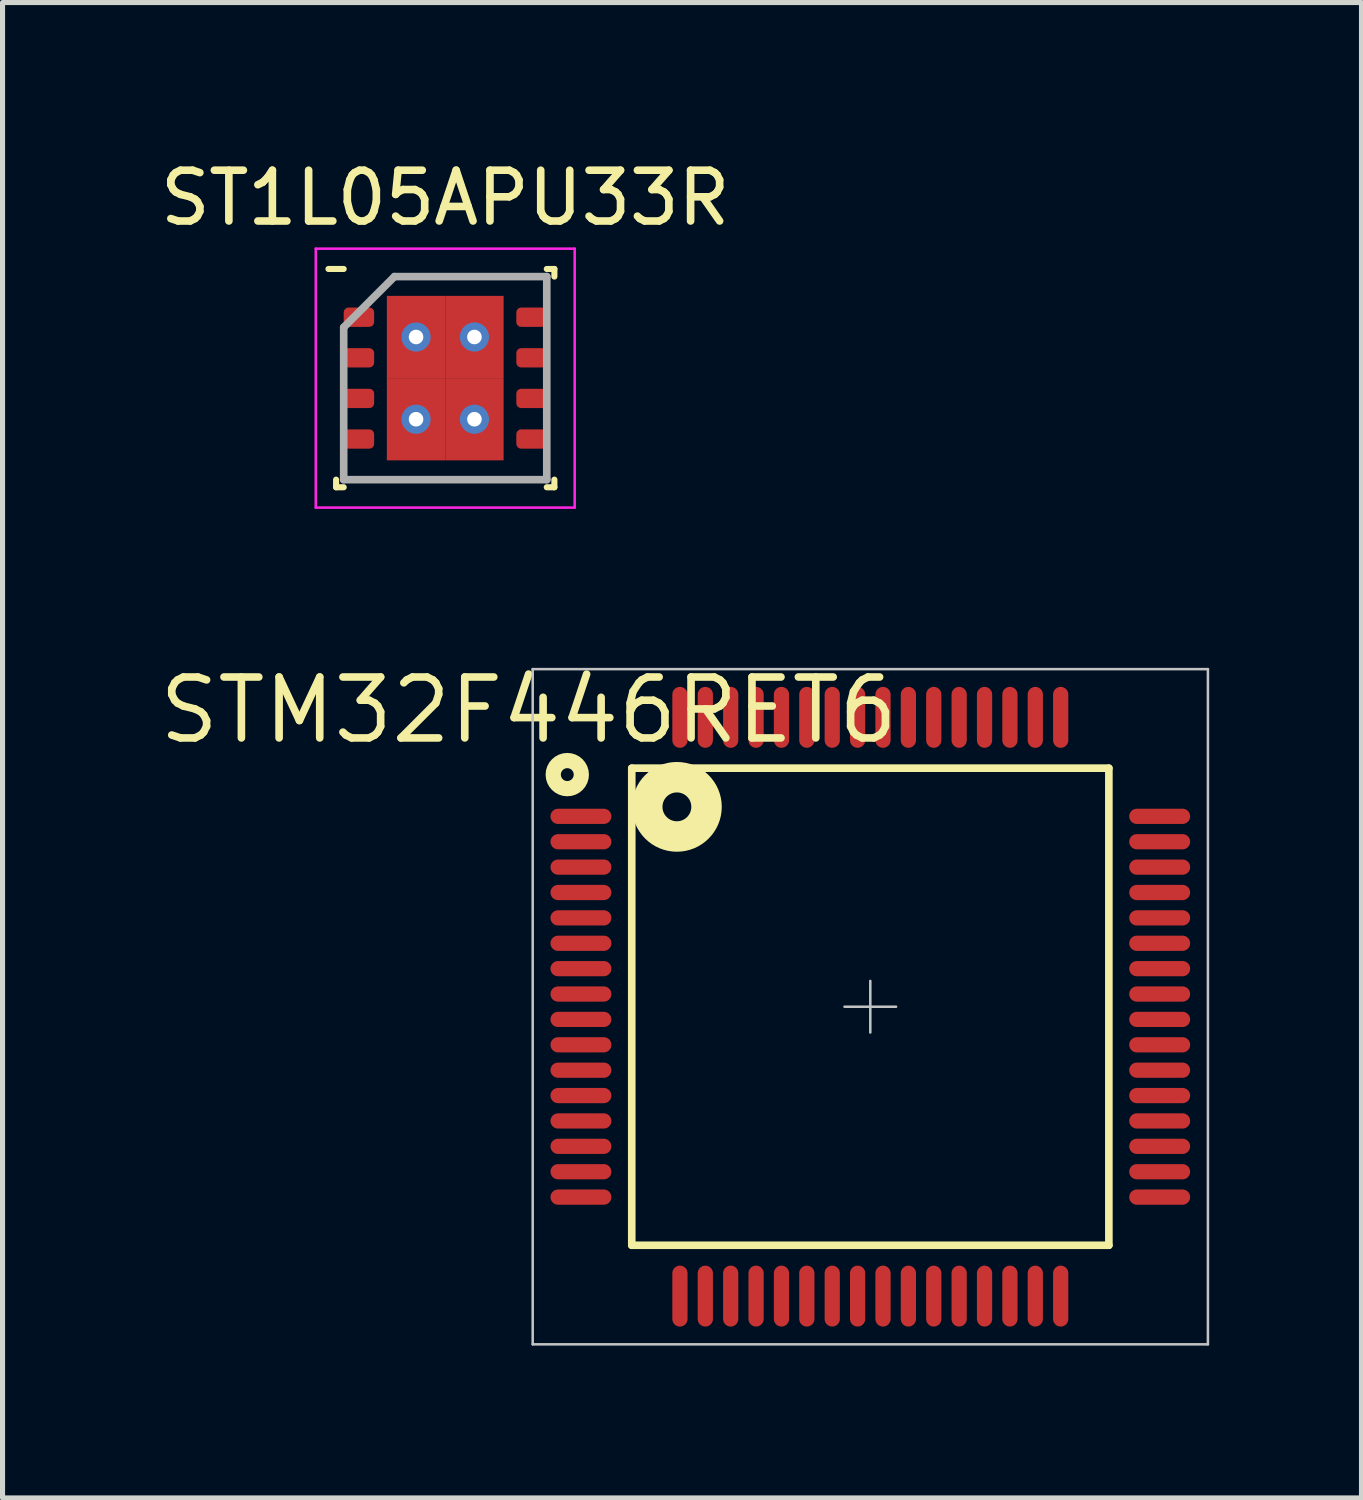
<source format=kicad_pcb>
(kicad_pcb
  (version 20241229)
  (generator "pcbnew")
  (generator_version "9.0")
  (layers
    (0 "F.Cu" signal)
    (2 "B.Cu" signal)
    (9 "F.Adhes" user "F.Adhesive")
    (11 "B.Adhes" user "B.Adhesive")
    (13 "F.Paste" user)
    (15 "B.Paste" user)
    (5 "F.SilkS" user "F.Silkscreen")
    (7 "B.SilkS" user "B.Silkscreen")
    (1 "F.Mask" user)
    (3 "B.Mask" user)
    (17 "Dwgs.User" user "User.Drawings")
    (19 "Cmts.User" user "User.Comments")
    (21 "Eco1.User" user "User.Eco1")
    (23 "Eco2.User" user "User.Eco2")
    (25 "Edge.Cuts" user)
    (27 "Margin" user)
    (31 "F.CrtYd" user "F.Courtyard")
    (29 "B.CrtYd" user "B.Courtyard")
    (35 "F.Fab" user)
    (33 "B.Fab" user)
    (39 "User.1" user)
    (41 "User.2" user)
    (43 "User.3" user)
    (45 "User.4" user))
  (footprint "STM32F446RET6"
    (layer "F.Cu")
    (at 14.093 16.78)
    (property "Reference" "STM32F446RET6" (at -6.731 -5.842 0) (layer "F.SilkS") (effects (font (size 1.2 1.2) (thickness 0.15))))
    (attr through_hole)
    (fp_line (start -4.699 -4.699) (end 4.699 -4.699) (stroke (width 0.15) (type solid)) (layer "F.SilkS"))
    (fp_line (start -4.699 4.699) (end -4.699 -4.699) (stroke (width 0.15) (type solid)) (layer "F.SilkS"))
    (fp_line (start 4.699 -4.699) (end 4.699 4.699) (stroke (width 0.15) (type solid)) (layer "F.SilkS"))
    (fp_line (start 4.699 4.699) (end -4.699 4.699) (stroke (width 0.15) (type solid)) (layer "F.SilkS"))
    (fp_circle (center -5.969 -4.572) (end -5.842 -4.572) (stroke (width 0.3) (type solid)) (fill no) (layer "F.SilkS"))
    (fp_circle (center -3.81 -3.937) (end -3.683 -3.683) (stroke (width 0.6) (type solid)) (fill no) (layer "F.SilkS"))
    (fp_line (start -6.65 -6.65) (end 6.65 -6.65) (stroke (width 0.05) (type solid)) (layer "Dwgs.User"))
    (fp_line (start -6.65 6.65) (end -6.65 -6.65) (stroke (width 0.05) (type solid)) (layer "Dwgs.User"))
    (fp_line (start 0 -0.508) (end 0 0.508) (stroke (width 0.05) (type solid)) (layer "Dwgs.User"))
    (fp_line (start 0.508 0) (end -0.508 0) (stroke (width 0.05) (type solid)) (layer "Dwgs.User"))
    (fp_line (start 6.65 -6.65) (end 6.65 6.65) (stroke (width 0.05) (type solid)) (layer "Dwgs.User"))
    (fp_line (start 6.65 6.65) (end -6.65 6.65) (stroke (width 0.05) (type solid)) (layer "Dwgs.User"))
    (pad "1" smd oval (at -5.7 -3.75 90) (size 0.3 1.2) (layers "F.Cu" "F.Mask" "F.Paste"))
    (pad "2" smd oval (at -5.7 -3.25 90) (size 0.3 1.2) (layers "F.Cu" "F.Mask" "F.Paste"))
    (pad "3" smd oval (at -5.7 -2.75 90) (size 0.3 1.2) (layers "F.Cu" "F.Mask" "F.Paste"))
    (pad "4" smd oval (at -5.7 -2.25 90) (size 0.3 1.2) (layers "F.Cu" "F.Mask" "F.Paste"))
    (pad "5" smd oval (at -5.7 -1.75 90) (size 0.3 1.2) (layers "F.Cu" "F.Mask" "F.Paste"))
    (pad "6" smd oval (at -5.7 -1.25 90) (size 0.3 1.2) (layers "F.Cu" "F.Mask" "F.Paste"))
    (pad "7" smd oval (at -5.7 -0.75 90) (size 0.3 1.2) (layers "F.Cu" "F.Mask" "F.Paste"))
    (pad "8" smd oval (at -5.7 -0.25 90) (size 0.3 1.2) (layers "F.Cu" "F.Mask" "F.Paste"))
    (pad "9" smd oval (at -5.7 0.25 90) (size 0.3 1.2) (layers "F.Cu" "F.Mask" "F.Paste"))
    (pad "10" smd oval (at -5.7 0.75 90) (size 0.3 1.2) (layers "F.Cu" "F.Mask" "F.Paste"))
    (pad "11" smd oval (at -5.7 1.25 90) (size 0.3 1.2) (layers "F.Cu" "F.Mask" "F.Paste"))
    (pad "12" smd oval (at -5.7 1.75 90) (size 0.3 1.2) (layers "F.Cu" "F.Mask" "F.Paste"))
    (pad "13" smd oval (at -5.7 2.25 90) (size 0.3 1.2) (layers "F.Cu" "F.Mask" "F.Paste"))
    (pad "14" smd oval (at -5.7 2.75 90) (size 0.3 1.2) (layers "F.Cu" "F.Mask" "F.Paste"))
    (pad "15" smd oval (at -5.7 3.25 90) (size 0.3 1.2) (layers "F.Cu" "F.Mask" "F.Paste"))
    (pad "16" smd oval (at -5.7 3.75 90) (size 0.3 1.2) (layers "F.Cu" "F.Mask" "F.Paste"))
    (pad "17" smd oval (at -3.75 5.7) (size 0.3 1.2) (layers "F.Cu" "F.Mask" "F.Paste"))
    (pad "18" smd oval (at -3.25 5.7) (size 0.3 1.2) (layers "F.Cu" "F.Mask" "F.Paste"))
    (pad "19" smd oval (at -2.75 5.7) (size 0.3 1.2) (layers "F.Cu" "F.Mask" "F.Paste"))
    (pad "20" smd oval (at -2.25 5.7) (size 0.3 1.2) (layers "F.Cu" "F.Mask" "F.Paste"))
    (pad "21" smd oval (at -1.75 5.7) (size 0.3 1.2) (layers "F.Cu" "F.Mask" "F.Paste"))
    (pad "22" smd oval (at -1.25 5.7) (size 0.3 1.2) (layers "F.Cu" "F.Mask" "F.Paste"))
    (pad "23" smd oval (at -0.75 5.7) (size 0.3 1.2) (layers "F.Cu" "F.Mask" "F.Paste"))
    (pad "24" smd oval (at -0.25 5.7) (size 0.3 1.2) (layers "F.Cu" "F.Mask" "F.Paste"))
    (pad "25" smd oval (at 0.25 5.7) (size 0.3 1.2) (layers "F.Cu" "F.Mask" "F.Paste"))
    (pad "26" smd oval (at 0.75 5.7) (size 0.3 1.2) (layers "F.Cu" "F.Mask" "F.Paste"))
    (pad "27" smd oval (at 1.25 5.7) (size 0.3 1.2) (layers "F.Cu" "F.Mask" "F.Paste"))
    (pad "28" smd oval (at 1.75 5.7) (size 0.3 1.2) (layers "F.Cu" "F.Mask" "F.Paste"))
    (pad "29" smd oval (at 2.25 5.7) (size 0.3 1.2) (layers "F.Cu" "F.Mask" "F.Paste"))
    (pad "30" smd oval (at 2.75 5.7) (size 0.3 1.2) (layers "F.Cu" "F.Mask" "F.Paste"))
    (pad "31" smd oval (at 3.25 5.7) (size 0.3 1.2) (layers "F.Cu" "F.Mask" "F.Paste"))
    (pad "32" smd oval (at 3.75 5.7) (size 0.3 1.2) (layers "F.Cu" "F.Mask" "F.Paste"))
    (pad "33" smd oval (at 5.7 3.75 90) (size 0.3 1.2) (layers "F.Cu" "F.Mask" "F.Paste"))
    (pad "34" smd oval (at 5.7 3.25 90) (size 0.3 1.2) (layers "F.Cu" "F.Mask" "F.Paste"))
    (pad "35" smd oval (at 5.7 2.75 90) (size 0.3 1.2) (layers "F.Cu" "F.Mask" "F.Paste"))
    (pad "36" smd oval (at 5.7 2.25 90) (size 0.3 1.2) (layers "F.Cu" "F.Mask" "F.Paste"))
    (pad "37" smd oval (at 5.7 1.75 90) (size 0.3 1.2) (layers "F.Cu" "F.Mask" "F.Paste"))
    (pad "38" smd oval (at 5.7 1.25 90) (size 0.3 1.2) (layers "F.Cu" "F.Mask" "F.Paste"))
    (pad "39" smd oval (at 5.7 0.75 90) (size 0.3 1.2) (layers "F.Cu" "F.Mask" "F.Paste"))
    (pad "40" smd oval (at 5.7 0.25 90) (size 0.3 1.2) (layers "F.Cu" "F.Mask" "F.Paste"))
    (pad "41" smd oval (at 5.7 -0.25 90) (size 0.3 1.2) (layers "F.Cu" "F.Mask" "F.Paste"))
    (pad "42" smd oval (at 5.7 -0.75 90) (size 0.3 1.2) (layers "F.Cu" "F.Mask" "F.Paste"))
    (pad "43" smd oval (at 5.7 -1.25 90) (size 0.3 1.2) (layers "F.Cu" "F.Mask" "F.Paste"))
    (pad "44" smd oval (at 5.7 -1.75 90) (size 0.3 1.2) (layers "F.Cu" "F.Mask" "F.Paste"))
    (pad "45" smd oval (at 5.7 -2.25 90) (size 0.3 1.2) (layers "F.Cu" "F.Mask" "F.Paste"))
    (pad "46" smd oval (at 5.7 -2.75 90) (size 0.3 1.2) (layers "F.Cu" "F.Mask" "F.Paste"))
    (pad "47" smd oval (at 5.7 -3.25 90) (size 0.3 1.2) (layers "F.Cu" "F.Mask" "F.Paste"))
    (pad "48" smd oval (at 5.7 -3.75 90) (size 0.3 1.2) (layers "F.Cu" "F.Mask" "F.Paste"))
    (pad "49" smd oval (at 3.75 -5.7) (size 0.3 1.2) (layers "F.Cu" "F.Mask" "F.Paste"))
    (pad "50" smd oval (at 3.25 -5.7) (size 0.3 1.2) (layers "F.Cu" "F.Mask" "F.Paste"))
    (pad "51" smd oval (at 2.75 -5.7) (size 0.3 1.2) (layers "F.Cu" "F.Mask" "F.Paste"))
    (pad "52" smd oval (at 2.25 -5.7) (size 0.3 1.2) (layers "F.Cu" "F.Mask" "F.Paste"))
    (pad "53" smd oval (at 1.75 -5.7) (size 0.3 1.2) (layers "F.Cu" "F.Mask" "F.Paste"))
    (pad "54" smd oval (at 1.25 -5.7) (size 0.3 1.2) (layers "F.Cu" "F.Mask" "F.Paste"))
    (pad "55" smd oval (at 0.75 -5.7) (size 0.3 1.2) (layers "F.Cu" "F.Mask" "F.Paste"))
    (pad "56" smd oval (at 0.25 -5.7) (size 0.3 1.2) (layers "F.Cu" "F.Mask" "F.Paste"))
    (pad "57" smd oval (at -0.25 -5.7) (size 0.3 1.2) (layers "F.Cu" "F.Mask" "F.Paste"))
    (pad "58" smd oval (at -0.75 -5.7) (size 0.3 1.2) (layers "F.Cu" "F.Mask" "F.Paste"))
    (pad "59" smd oval (at -1.25 -5.7) (size 0.3 1.2) (layers "F.Cu" "F.Mask" "F.Paste"))
    (pad "60" smd oval (at -1.75 -5.7) (size 0.3 1.2) (layers "F.Cu" "F.Mask" "F.Paste"))
    (pad "61" smd oval (at -2.25 -5.7) (size 0.3 1.2) (layers "F.Cu" "F.Mask" "F.Paste"))
    (pad "62" smd oval (at -2.75 -5.7) (size 0.3 1.2) (layers "F.Cu" "F.Mask" "F.Paste"))
    (pad "63" smd oval (at -3.25 -5.7) (size 0.3 1.2) (layers "F.Cu" "F.Mask" "F.Paste"))
    (pad "64" smd oval (at -3.75 -5.7) (size 0.3 1.2) (layers "F.Cu" "F.Mask" "F.Paste")))
  (footprint "ST1L05APU33R"
    (layer "F.Cu")
    (at 5.72 4.398)
    (property "Reference" "ST1L05APU33R" (at 0 -3.55 0) (layer "F.SilkS") (effects (font (size 1 1) (thickness 0.15))))
    (attr smd)
    (fp_line (start -2.15 2.15) (end -2.15 2) (stroke (width 0.12) (type solid)) (layer "F.SilkS"))
    (fp_line (start -2 -2.15) (end -2.3 -2.15) (stroke (width 0.12) (type solid)) (layer "F.SilkS"))
    (fp_line (start -2 2.15) (end -2.15 2.15) (stroke (width 0.12) (type solid)) (layer "F.SilkS"))
    (fp_line (start 2 -2.15) (end 2.15 -2.15) (stroke (width 0.12) (type solid)) (layer "F.SilkS"))
    (fp_line (start 2 2.15) (end 2.15 2.15) (stroke (width 0.12) (type solid)) (layer "F.SilkS"))
    (fp_line (start 2.15 -2.15) (end 2.15 -2) (stroke (width 0.12) (type solid)) (layer "F.SilkS"))
    (fp_line (start 2.15 2.15) (end 2.15 2) (stroke (width 0.12) (type solid)) (layer "F.SilkS"))
    (fp_line (start -2.55 -2.55) (end 2.55 -2.55) (stroke (width 0.05) (type solid)) (layer "F.CrtYd"))
    (fp_line (start -2.55 2.55) (end -2.55 -2.55) (stroke (width 0.05) (type solid)) (layer "F.CrtYd"))
    (fp_line (start 2.55 -2.55) (end 2.55 2.55) (stroke (width 0.05) (type solid)) (layer "F.CrtYd"))
    (fp_line (start 2.55 2.55) (end -2.55 2.55) (stroke (width 0.05) (type solid)) (layer "F.CrtYd"))
    (fp_line (start -2 -1) (end -2 2) (stroke (width 0.15) (type solid)) (layer "F.Fab"))
    (fp_line (start -2 2) (end 2 2) (stroke (width 0.15) (type solid)) (layer "F.Fab"))
    (fp_line (start -1 -2) (end -2 -1) (stroke (width 0.15) (type solid)) (layer "F.Fab"))
    (fp_line (start 2 -2) (end -1 -2) (stroke (width 0.15) (type solid)) (layer "F.Fab"))
    (fp_line (start 2 2) (end 2 -2) (stroke (width 0.15) (type solid)) (layer "F.Fab"))
    (pad "1" smd roundrect (at -1.7 -1.2 90) (size 0.38 0.6) (layers "F.Cu" "F.Mask" "F.Paste") (roundrect_rratio 0.25))
    (pad "2" smd roundrect (at -1.7 -0.4 90) (size 0.38 0.6) (layers "F.Cu" "F.Mask" "F.Paste") (roundrect_rratio 0.25))
    (pad "3" smd roundrect (at -1.7 0.4 90) (size 0.38 0.6) (layers "F.Cu" "F.Mask" "F.Paste") (roundrect_rratio 0.25))
    (pad "4" smd roundrect (at -1.7 1.2 90) (size 0.38 0.6) (layers "F.Cu" "F.Mask" "F.Paste") (roundrect_rratio 0.25))
    (pad "5" smd roundrect (at 1.7 1.2 90) (size 0.38 0.6) (layers "F.Cu" "F.Mask" "F.Paste") (roundrect_rratio 0.25))
    (pad "6" smd roundrect (at 1.7 0.4 90) (size 0.38 0.6) (layers "F.Cu" "F.Mask" "F.Paste") (roundrect_rratio 0.25))
    (pad "7" smd roundrect (at 1.7 -0.4 90) (size 0.38 0.6) (layers "F.Cu" "F.Mask" "F.Paste") (roundrect_rratio 0.25))
    (pad "8" smd roundrect (at 1.7 -1.2 90) (size 0.38 0.6) (layers "F.Cu" "F.Mask" "F.Paste") (roundrect_rratio 0.25))
    (pad "9" smd rect (at -0.575 -0.81) (size 1.15 1.62) (layers "F.Cu" "F.Mask" "F.Paste"))
    (pad "9" smd rect (at -0.575 0.81) (size 1.15 1.62) (layers "F.Cu" "F.Mask" "F.Paste"))
    (pad "9" smd rect (at 0.575 -0.81) (size 1.15 1.62) (layers "F.Cu" "F.Mask" "F.Paste"))
    (pad "9" smd rect (at 0.575 0.81) (size 1.15 1.62) (layers "F.Cu" "F.Mask" "F.Paste"))
    (pad "17" thru_hole circle (at -0.575 -0.81) (size 0.575 0.575) (drill 0.287) (layers "*.Cu" "*.Mask"))
    (pad "17" thru_hole circle (at -0.575 0.81) (size 0.575 0.575) (drill 0.287) (layers "*.Cu" "*.Mask"))
    (pad "17" thru_hole circle (at 0.575 -0.81) (size 0.575 0.575) (drill 0.287) (layers "*.Cu" "*.Mask"))
    (pad "17" thru_hole circle (at 0.575 0.81) (size 0.575 0.575) (drill 0.287) (layers "*.Cu" "*.Mask")))
  (gr_rect
    (start -3 -3)
    (end 23.768 26.456)
    (stroke (width 0.1) (type default))
    (fill no)
    (layer "Edge.Cuts")))
</source>
